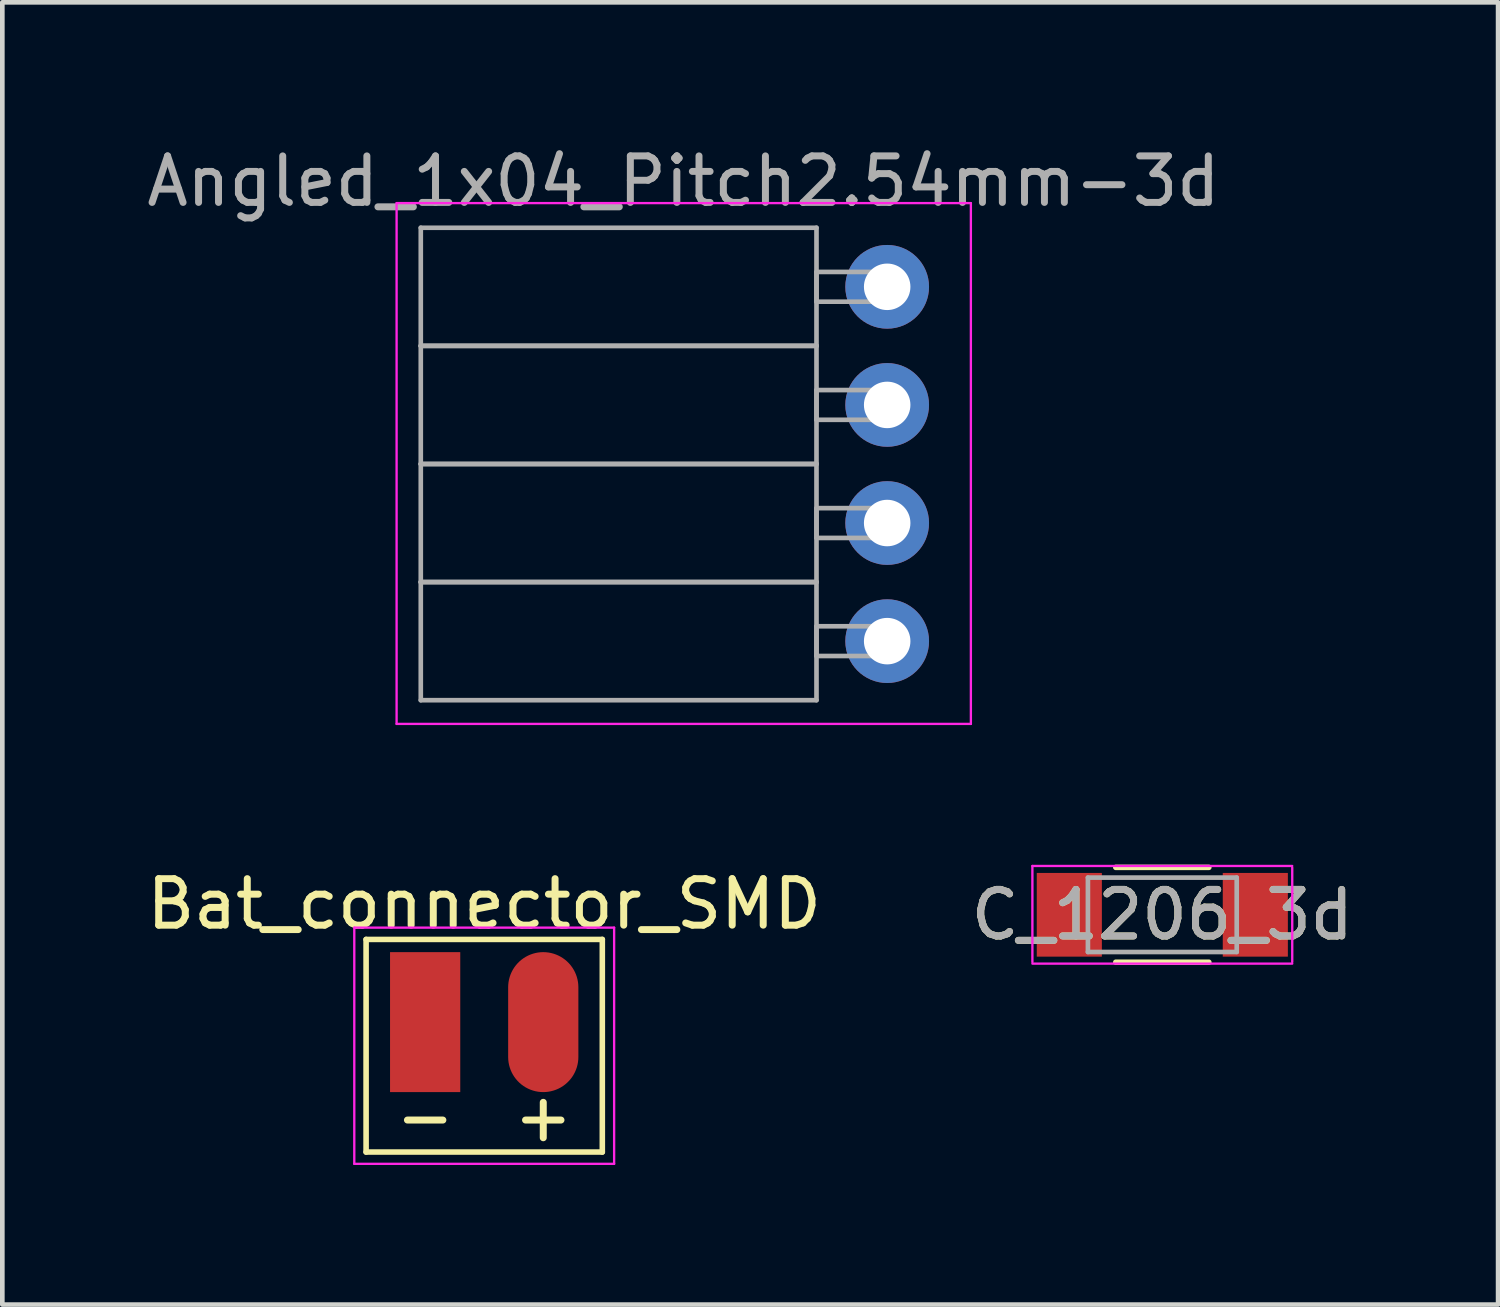
<source format=kicad_pcb>
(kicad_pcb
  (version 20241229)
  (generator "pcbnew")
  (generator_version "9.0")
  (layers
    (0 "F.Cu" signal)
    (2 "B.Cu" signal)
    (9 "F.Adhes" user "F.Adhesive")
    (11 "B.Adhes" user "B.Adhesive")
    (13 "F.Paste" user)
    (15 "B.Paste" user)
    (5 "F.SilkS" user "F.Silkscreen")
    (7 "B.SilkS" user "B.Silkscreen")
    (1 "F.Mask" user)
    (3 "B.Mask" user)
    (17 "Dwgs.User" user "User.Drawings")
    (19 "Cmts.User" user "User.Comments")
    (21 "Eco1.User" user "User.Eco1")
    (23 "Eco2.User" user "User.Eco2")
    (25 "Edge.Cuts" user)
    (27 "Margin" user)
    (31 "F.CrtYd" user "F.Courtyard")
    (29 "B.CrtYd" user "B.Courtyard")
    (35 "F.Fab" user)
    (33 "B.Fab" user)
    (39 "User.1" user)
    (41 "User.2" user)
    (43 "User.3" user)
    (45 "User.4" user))
  (footprint "Bat_connector_SMD"
    (layer "F.Cu")
    (at 6.093 18.931)
    (property "Reference" "Bat_connector_SMD" (at 1.27 -2.54 0) (layer "F.SilkS") (effects (font (size 1 1) (thickness 0.15))))
    (attr through_hole)
    (fp_line (start -1.27 -1.778) (end -1.27 2.794) (stroke (width 0.12) (type solid)) (layer "F.SilkS"))
    (fp_line (start -1.27 -1.778) (end 3.81 -1.778) (stroke (width 0.12) (type solid)) (layer "F.SilkS"))
    (fp_line (start 3.81 -1.778) (end 3.81 2.794) (stroke (width 0.12) (type solid)) (layer "F.SilkS"))
    (fp_line (start 3.81 2.794) (end -1.27 2.794) (stroke (width 0.12) (type solid)) (layer "F.SilkS"))
    (fp_line (start -1.524 -2.032) (end -1.524 3.048) (stroke (width 0.05) (type solid)) (layer "F.CrtYd"))
    (fp_line (start -1.524 -2.032) (end 4.064 -2.032) (stroke (width 0.05) (type solid)) (layer "F.CrtYd"))
    (fp_line (start 4.064 3.048) (end -1.524 3.048) (stroke (width 0.05) (type solid)) (layer "F.CrtYd"))
    (fp_line (start 4.064 3.048) (end 4.064 -2.032) (stroke (width 0.05) (type solid)) (layer "F.CrtYd"))
    (fp_text user "+" (at 2.54 2.032 0) (layer "F.SilkS") (effects (font (size 1 1) (thickness 0.15))))
    (fp_text user "-" (at 0 2.032 0) (layer "F.SilkS") (effects (font (size 1 1) (thickness 0.15))))
    (pad "1" smd rect (at 0 0) (size 1.51 3.01) (layers "F.Cu" "F.Mask" "F.Paste"))
    (pad "2" smd oval (at 2.54 0) (size 1.51 3.01) (layers "F.Cu" "F.Mask" "F.Paste")))
  (footprint "C_1206_3d"
    (layer "F.Cu")
    (at 21.946 16.623)
    (property "Reference" "C_1206_3d" (at 0 0 0) (layer "F.SilkS") (effects (font (size 1 1) (thickness 0.15))))
    (attr smd)
    (fp_line (start -1 1.02) (end 1 1.02) (stroke (width 0.12) (type solid)) (layer "F.SilkS"))
    (fp_line (start 1 -1.02) (end -1 -1.02) (stroke (width 0.12) (type solid)) (layer "F.SilkS"))
    (fp_line (start -2.794 -1.05) (end -2.794 1.016) (stroke (width 0.05) (type solid)) (layer "F.CrtYd"))
    (fp_line (start -2.794 -1.05) (end 2.794 -1.05) (stroke (width 0.05) (type solid)) (layer "F.CrtYd"))
    (fp_line (start 2.794 1.016) (end 2.794 -1.016) (stroke (width 0.05) (type solid)) (layer "F.CrtYd"))
    (fp_line (start 2.794 1.05) (end -2.794 1.05) (stroke (width 0.05) (type solid)) (layer "F.CrtYd"))
    (fp_line (start -1.6 -0.8) (end 1.6 -0.8) (stroke (width 0.1) (type solid)) (layer "F.Fab"))
    (fp_line (start -1.6 0.8) (end -1.6 -0.8) (stroke (width 0.1) (type solid)) (layer "F.Fab"))
    (fp_line (start 1.6 -0.8) (end 1.6 0.8) (stroke (width 0.1) (type solid)) (layer "F.Fab"))
    (fp_line (start 1.6 0.8) (end -1.6 0.8) (stroke (width 0.1) (type solid)) (layer "F.Fab"))
    (fp_text user "${REFERENCE}" (at 0 0 0) (layer "F.Fab") (effects (font (size 1 1) (thickness 0.15))))
    (pad "1" smd rect (at -2 0) (size 1.4 1.8) (layers "F.Cu" "F.Mask" "F.Paste"))
    (pad "2" smd rect (at 2 0) (size 1.4 1.8) (layers "F.Cu" "F.Mask" "F.Paste")))
  (footprint "Angled_1x04_Pitch2.54mm-3d"
    (layer "F.Cu")
    (at 16.029 3.118)
    (property "Reference" "Angled_1x04_Pitch2.54mm-3d" (at -4.38 -2.27 180) (layer "Eco2.User") (effects (font (size 1 1) (thickness 0.15))))
    (attr through_hole)
    (fp_line (start -10.55 -1.8) (end 1.8 -1.8) (stroke (width 0.05) (type solid)) (layer "F.CrtYd"))
    (fp_line (start -10.55 9.4) (end -10.55 -1.8) (stroke (width 0.05) (type solid)) (layer "F.CrtYd"))
    (fp_line (start 1.8 -1.8) (end 1.8 9.4) (stroke (width 0.05) (type solid)) (layer "F.CrtYd"))
    (fp_line (start 1.8 9.4) (end -10.55 9.4) (stroke (width 0.05) (type solid)) (layer "F.CrtYd"))
    (fp_line (start -10.03 -1.27) (end -1.52 -1.27) (stroke (width 0.1) (type solid)) (layer "F.Fab"))
    (fp_line (start -10.03 1.27) (end -10.03 -1.27) (stroke (width 0.1) (type solid)) (layer "F.Fab"))
    (fp_line (start -10.03 1.27) (end -1.52 1.27) (stroke (width 0.1) (type solid)) (layer "F.Fab"))
    (fp_line (start -10.03 3.81) (end -10.03 1.27) (stroke (width 0.1) (type solid)) (layer "F.Fab"))
    (fp_line (start -10.03 3.81) (end -1.52 3.81) (stroke (width 0.1) (type solid)) (layer "F.Fab"))
    (fp_line (start -10.03 6.35) (end -10.03 3.81) (stroke (width 0.1) (type solid)) (layer "F.Fab"))
    (fp_line (start -10.03 6.35) (end -1.52 6.35) (stroke (width 0.1) (type solid)) (layer "F.Fab"))
    (fp_line (start -10.03 8.89) (end -10.03 6.35) (stroke (width 0.1) (type solid)) (layer "F.Fab"))
    (fp_line (start -1.52 -1.27) (end -1.52 1.27) (stroke (width 0.1) (type solid)) (layer "F.Fab"))
    (fp_line (start -1.52 -0.32) (end 0 -0.32) (stroke (width 0.1) (type solid)) (layer "F.Fab"))
    (fp_line (start -1.52 0.32) (end -1.52 -0.32) (stroke (width 0.1) (type solid)) (layer "F.Fab"))
    (fp_line (start -1.52 1.27) (end -10.03 1.27) (stroke (width 0.1) (type solid)) (layer "F.Fab"))
    (fp_line (start -1.52 1.27) (end -1.52 3.81) (stroke (width 0.1) (type solid)) (layer "F.Fab"))
    (fp_line (start -1.52 2.22) (end 0 2.22) (stroke (width 0.1) (type solid)) (layer "F.Fab"))
    (fp_line (start -1.52 2.86) (end -1.52 2.22) (stroke (width 0.1) (type solid)) (layer "F.Fab"))
    (fp_line (start -1.52 3.81) (end -10.03 3.81) (stroke (width 0.1) (type solid)) (layer "F.Fab"))
    (fp_line (start -1.52 3.81) (end -1.52 6.35) (stroke (width 0.1) (type solid)) (layer "F.Fab"))
    (fp_line (start -1.52 4.76) (end 0 4.76) (stroke (width 0.1) (type solid)) (layer "F.Fab"))
    (fp_line (start -1.52 5.4) (end -1.52 4.76) (stroke (width 0.1) (type solid)) (layer "F.Fab"))
    (fp_line (start -1.52 6.35) (end -10.03 6.35) (stroke (width 0.1) (type solid)) (layer "F.Fab"))
    (fp_line (start -1.52 6.35) (end -1.52 8.89) (stroke (width 0.1) (type solid)) (layer "F.Fab"))
    (fp_line (start -1.52 7.3) (end 0 7.3) (stroke (width 0.1) (type solid)) (layer "F.Fab"))
    (fp_line (start -1.52 7.94) (end -1.52 7.3) (stroke (width 0.1) (type solid)) (layer "F.Fab"))
    (fp_line (start -1.52 8.89) (end -10.03 8.89) (stroke (width 0.1) (type solid)) (layer "F.Fab"))
    (fp_line (start 0 -0.32) (end 0 0.32) (stroke (width 0.1) (type solid)) (layer "F.Fab"))
    (fp_line (start 0 0.32) (end -1.52 0.32) (stroke (width 0.1) (type solid)) (layer "F.Fab"))
    (fp_line (start 0 2.22) (end 0 2.86) (stroke (width 0.1) (type solid)) (layer "F.Fab"))
    (fp_line (start 0 2.86) (end -1.52 2.86) (stroke (width 0.1) (type solid)) (layer "F.Fab"))
    (fp_line (start 0 4.76) (end 0 5.4) (stroke (width 0.1) (type solid)) (layer "F.Fab"))
    (fp_line (start 0 5.4) (end -1.52 5.4) (stroke (width 0.1) (type solid)) (layer "F.Fab"))
    (fp_line (start 0 7.3) (end 0 7.94) (stroke (width 0.1) (type solid)) (layer "F.Fab"))
    (fp_line (start 0 7.94) (end -1.52 7.94) (stroke (width 0.1) (type solid)) (layer "F.Fab"))
    (fp_text user "${REFERENCE}" (at -4.38 -2.27 180) (layer "F.Fab") (effects (font (size 1 1) (thickness 0.15))))
    (pad "1" thru_hole circle (at 0 7.62) (size 1.8 1.8) (drill 1) (layers "*.Cu" "*.Mask"))
    (pad "2" thru_hole circle (at 0 5.08) (size 1.8 1.8) (drill 1) (layers "*.Cu" "*.Mask"))
    (pad "3" thru_hole circle (at 0 2.54) (size 1.8 1.8) (drill 1) (layers "*.Cu" "*.Mask"))
    (pad "4" thru_hole circle (at 0 0) (size 1.8 1.8) (drill 1) (layers "*.Cu" "*.Mask")))
  (gr_rect
    (start -3 -3)
    (end 29.167 25.005)
    (stroke (width 0.1) (type default))
    (fill no)
    (layer "Edge.Cuts")))
</source>
